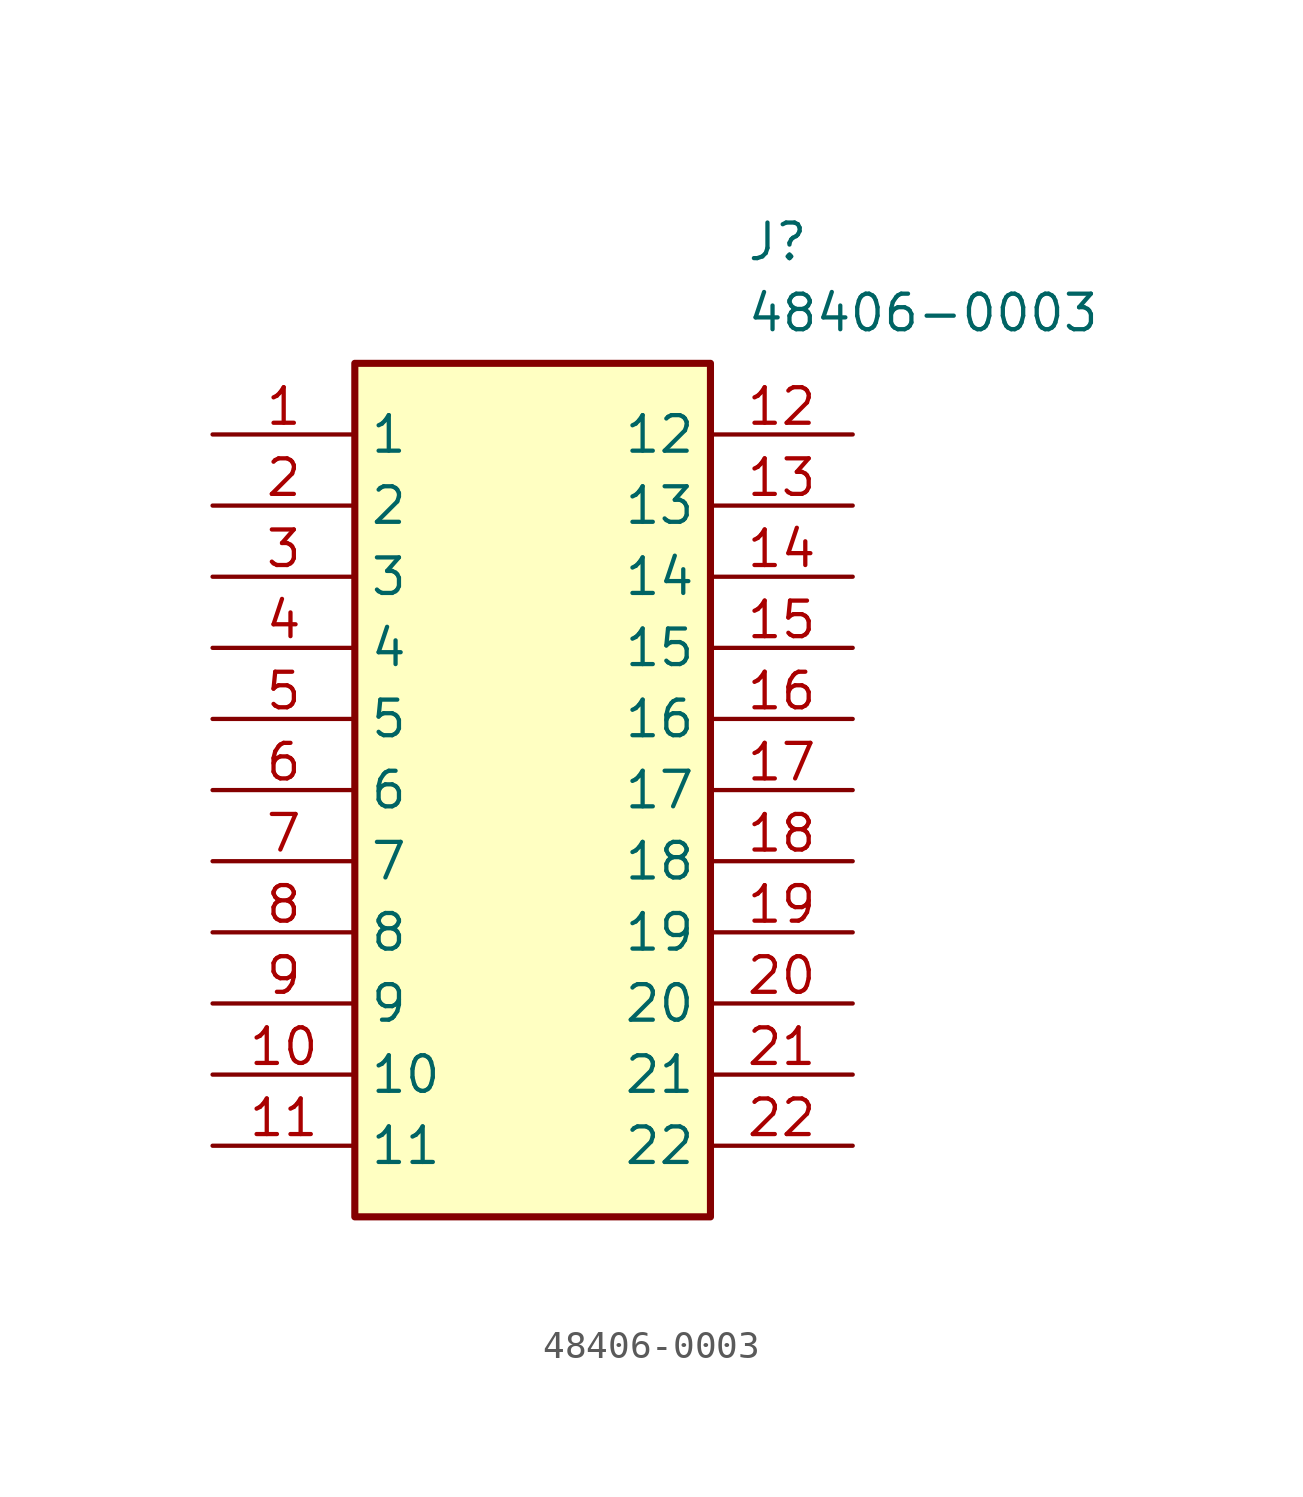
<source format=kicad_sym>
(kicad_symbol_lib
  (version 20211014)
  (generator SamacSys_ECAD_Model)
  (symbol "48406-0003"
    (property "Reference" "J"
      (at 19.05 7.62 0)
      (effects (font (size 1.27 1.27)) (justify left top)))
    (property "Value" "48406-0003"
      (at 19.05 5.08 0)
      (effects (font (size 1.27 1.27)) (justify left top)))
    (rectangle
      (start 5.08 2.54)
      (end 17.78 -27.94)
      (stroke (width 0.254) (type default))
      (fill (type background)))
    (pin passive line
      (at 0 0 0)
      (length 5.08)
      (name "1" (effects (font (size 1.27 1.27))))
      (number "1" (effects (font (size 1.27 1.27)))))
    (pin passive line
      (at 0 -2.54 0)
      (length 5.08)
      (name "2" (effects (font (size 1.27 1.27))))
      (number "2" (effects (font (size 1.27 1.27)))))
    (pin passive line
      (at 0 -5.08 0)
      (length 5.08)
      (name "3" (effects (font (size 1.27 1.27))))
      (number "3" (effects (font (size 1.27 1.27)))))
    (pin passive line
      (at 0 -7.62 0)
      (length 5.08)
      (name "4" (effects (font (size 1.27 1.27))))
      (number "4" (effects (font (size 1.27 1.27)))))
    (pin passive line
      (at 0 -10.16 0)
      (length 5.08)
      (name "5" (effects (font (size 1.27 1.27))))
      (number "5" (effects (font (size 1.27 1.27)))))
    (pin passive line
      (at 0 -12.7 0)
      (length 5.08)
      (name "6" (effects (font (size 1.27 1.27))))
      (number "6" (effects (font (size 1.27 1.27)))))
    (pin passive line
      (at 0 -15.24 0)
      (length 5.08)
      (name "7" (effects (font (size 1.27 1.27))))
      (number "7" (effects (font (size 1.27 1.27)))))
    (pin passive line
      (at 0 -17.78 0)
      (length 5.08)
      (name "8" (effects (font (size 1.27 1.27))))
      (number "8" (effects (font (size 1.27 1.27)))))
    (pin passive line
      (at 0 -20.32 0)
      (length 5.08)
      (name "9" (effects (font (size 1.27 1.27))))
      (number "9" (effects (font (size 1.27 1.27)))))
    (pin passive line
      (at 0 -22.86 0)
      (length 5.08)
      (name "10" (effects (font (size 1.27 1.27))))
      (number "10" (effects (font (size 1.27 1.27)))))
    (pin passive line
      (at 0 -25.4 0)
      (length 5.08)
      (name "11" (effects (font (size 1.27 1.27))))
      (number "11" (effects (font (size 1.27 1.27)))))
    (pin passive line
      (at 22.86 0 180)
      (length 5.08)
      (name "12" (effects (font (size 1.27 1.27))))
      (number "12" (effects (font (size 1.27 1.27)))))
    (pin passive line
      (at 22.86 -2.54 180)
      (length 5.08)
      (name "13" (effects (font (size 1.27 1.27))))
      (number "13" (effects (font (size 1.27 1.27)))))
    (pin passive line
      (at 22.86 -5.08 180)
      (length 5.08)
      (name "14" (effects (font (size 1.27 1.27))))
      (number "14" (effects (font (size 1.27 1.27)))))
    (pin passive line
      (at 22.86 -7.62 180)
      (length 5.08)
      (name "15" (effects (font (size 1.27 1.27))))
      (number "15" (effects (font (size 1.27 1.27)))))
    (pin passive line
      (at 22.86 -10.16 180)
      (length 5.08)
      (name "16" (effects (font (size 1.27 1.27))))
      (number "16" (effects (font (size 1.27 1.27)))))
    (pin passive line
      (at 22.86 -12.7 180)
      (length 5.08)
      (name "17" (effects (font (size 1.27 1.27))))
      (number "17" (effects (font (size 1.27 1.27)))))
    (pin passive line
      (at 22.86 -15.24 180)
      (length 5.08)
      (name "18" (effects (font (size 1.27 1.27))))
      (number "18" (effects (font (size 1.27 1.27)))))
    (pin passive line
      (at 22.86 -17.78 180)
      (length 5.08)
      (name "19" (effects (font (size 1.27 1.27))))
      (number "19" (effects (font (size 1.27 1.27)))))
    (pin passive line
      (at 22.86 -20.32 180)
      (length 5.08)
      (name "20" (effects (font (size 1.27 1.27))))
      (number "20" (effects (font (size 1.27 1.27)))))
    (pin passive line
      (at 22.86 -22.86 180)
      (length 5.08)
      (name "21" (effects (font (size 1.27 1.27))))
      (number "21" (effects (font (size 1.27 1.27)))))
    (pin passive line
      (at 22.86 -25.4 180)
      (length 5.08)
      (name "22" (effects (font (size 1.27 1.27))))
      (number "22" (effects (font (size 1.27 1.27)))))))
</source>
